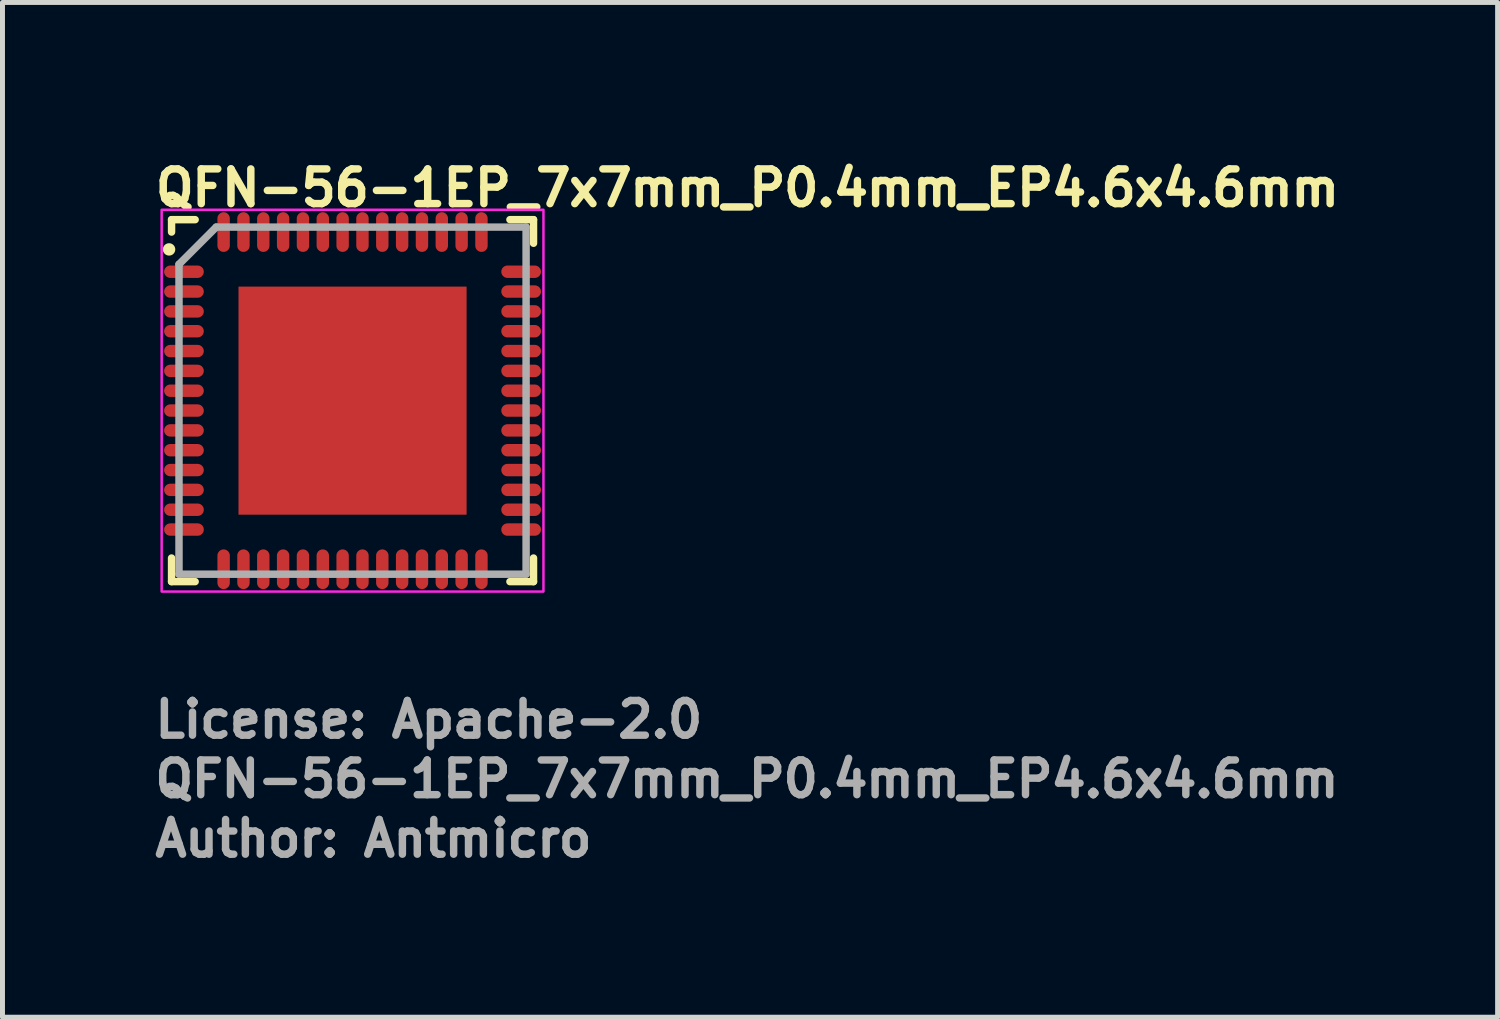
<source format=kicad_pcb>
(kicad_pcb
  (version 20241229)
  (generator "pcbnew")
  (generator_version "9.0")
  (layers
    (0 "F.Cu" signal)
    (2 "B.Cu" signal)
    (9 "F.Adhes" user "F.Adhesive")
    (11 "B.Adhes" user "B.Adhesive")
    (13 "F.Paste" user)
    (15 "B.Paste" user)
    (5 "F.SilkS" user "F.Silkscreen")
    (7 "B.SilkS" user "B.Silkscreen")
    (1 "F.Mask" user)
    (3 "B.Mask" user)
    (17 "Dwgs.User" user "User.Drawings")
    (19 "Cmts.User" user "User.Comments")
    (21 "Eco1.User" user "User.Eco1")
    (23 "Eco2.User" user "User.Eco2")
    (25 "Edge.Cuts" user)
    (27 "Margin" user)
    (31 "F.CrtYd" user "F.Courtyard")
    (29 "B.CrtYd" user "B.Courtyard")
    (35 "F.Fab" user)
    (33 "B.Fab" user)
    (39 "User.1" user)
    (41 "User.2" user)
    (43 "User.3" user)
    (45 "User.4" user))
  (footprint "QFN-56-1EP_7x7mm_P0.4mm_EP4.6x4.6mm"
    (layer "F.Cu")
    (at 4.06 5.03)
    (property "Reference" "QFN-56-1EP_7x7mm_P0.4mm_EP4.6x4.6mm" (at -4.05 -3.88 0) (layer "F.SilkS") (effects (font (size 0.7 0.7) (thickness 0.15)) (justify left bottom)))
    (attr smd)
    (fp_line (start -3.65 -3.4) (end -3.65 -3.65) (stroke (width 0.15) (type solid)) (layer "F.SilkS"))
    (fp_line (start -3.65 3.65) (end -3.65 3.174) (stroke (width 0.15) (type solid)) (layer "F.SilkS"))
    (fp_line (start -3.174 -3.65) (end -3.65 -3.65) (stroke (width 0.15) (type solid)) (layer "F.SilkS"))
    (fp_line (start -3.174 3.65) (end -3.65 3.65) (stroke (width 0.15) (type solid)) (layer "F.SilkS"))
    (fp_line (start 3.174 -3.65) (end 3.65 -3.65) (stroke (width 0.15) (type solid)) (layer "F.SilkS"))
    (fp_line (start 3.174 3.65) (end 3.65 3.65) (stroke (width 0.15) (type solid)) (layer "F.SilkS"))
    (fp_line (start 3.65 -3.65) (end 3.65 -3.174) (stroke (width 0.15) (type solid)) (layer "F.SilkS"))
    (fp_line (start 3.65 3.65) (end 3.65 3.174) (stroke (width 0.15) (type solid)) (layer "F.SilkS"))
    (fp_circle (center -3.7 -3.05) (end -3.65 -3.05) (stroke (width 0.15) (type solid)) (fill yes) (layer "F.SilkS"))
    (fp_rect (start 3.85 3.85) (end -3.85 -3.85) (stroke (width 0.05) (type solid)) (fill no) (layer "F.CrtYd"))
    (fp_line (start -3.5 -2.75) (end -3.5 3.5) (stroke (width 0.15) (type solid)) (layer "F.Fab"))
    (fp_line (start -3.5 3.5) (end 3.5 3.5) (stroke (width 0.15) (type solid)) (layer "F.Fab"))
    (fp_line (start -2.75 -3.5) (end -3.5 -2.75) (stroke (width 0.15) (type solid)) (layer "F.Fab"))
    (fp_line (start 3.5 -3.5) (end -2.75 -3.5) (stroke (width 0.15) (type solid)) (layer "F.Fab"))
    (fp_line (start 3.5 3.5) (end 3.5 -3.5) (stroke (width 0.15) (type solid)) (layer "F.Fab"))
    (fp_rect (start -3.5 -3.5) (end 3.5 3.5) (stroke (width 0.15) (type solid)) (fill no) (layer "User.5"))
    (fp_line (start -3.5 -2.7) (end -3.5 -2.5) (stroke (width 0.01) (type solid)) (layer "User.9"))
    (fp_line (start -3.5 -2.5) (end -3.49 -2.5) (stroke (width 0.01) (type solid)) (layer "User.9"))
    (fp_line (start -3.5 -2.3) (end -3.5 -2.1) (stroke (width 0.01) (type solid)) (layer "User.9"))
    (fp_line (start -3.5 -2.1) (end -3.49 -2.1) (stroke (width 0.01) (type solid)) (layer "User.9"))
    (fp_line (start -3.5 -1.9) (end -3.5 -1.7) (stroke (width 0.01) (type solid)) (layer "User.9"))
    (fp_line (start -3.5 -1.7) (end -3.49 -1.7) (stroke (width 0.01) (type solid)) (layer "User.9"))
    (fp_line (start -3.5 -1.5) (end -3.5 -1.3) (stroke (width 0.01) (type solid)) (layer "User.9"))
    (fp_line (start -3.5 -1.3) (end -3.49 -1.3) (stroke (width 0.01) (type solid)) (layer "User.9"))
    (fp_line (start -3.5 -1.1) (end -3.5 -0.9) (stroke (width 0.01) (type solid)) (layer "User.9"))
    (fp_line (start -3.5 -0.9) (end -3.49 -0.9) (stroke (width 0.01) (type solid)) (layer "User.9"))
    (fp_line (start -3.5 -0.7) (end -3.5 -0.5) (stroke (width 0.01) (type solid)) (layer "User.9"))
    (fp_line (start -3.5 -0.5) (end -3.49 -0.5) (stroke (width 0.01) (type solid)) (layer "User.9"))
    (fp_line (start -3.5 -0.3) (end -3.5 -0.1) (stroke (width 0.01) (type solid)) (layer "User.9"))
    (fp_line (start -3.5 -0.1) (end -3.49 -0.1) (stroke (width 0.01) (type solid)) (layer "User.9"))
    (fp_line (start -3.5 0.1) (end -3.5 0.3) (stroke (width 0.01) (type solid)) (layer "User.9"))
    (fp_line (start -3.5 0.3) (end -3.49 0.3) (stroke (width 0.01) (type solid)) (layer "User.9"))
    (fp_line (start -3.5 0.5) (end -3.5 0.7) (stroke (width 0.01) (type solid)) (layer "User.9"))
    (fp_line (start -3.5 0.7) (end -3.49 0.7) (stroke (width 0.01) (type solid)) (layer "User.9"))
    (fp_line (start -3.5 0.9) (end -3.5 1.1) (stroke (width 0.01) (type solid)) (layer "User.9"))
    (fp_line (start -3.5 1.1) (end -3.49 1.1) (stroke (width 0.01) (type solid)) (layer "User.9"))
    (fp_line (start -3.5 1.3) (end -3.5 1.5) (stroke (width 0.01) (type solid)) (layer "User.9"))
    (fp_line (start -3.5 1.5) (end -3.49 1.5) (stroke (width 0.01) (type solid)) (layer "User.9"))
    (fp_line (start -3.5 1.7) (end -3.5 1.9) (stroke (width 0.01) (type solid)) (layer "User.9"))
    (fp_line (start -3.5 1.9) (end -3.49 1.9) (stroke (width 0.01) (type solid)) (layer "User.9"))
    (fp_line (start -3.5 2.1) (end -3.5 2.3) (stroke (width 0.01) (type solid)) (layer "User.9"))
    (fp_line (start -3.5 2.3) (end -3.49 2.3) (stroke (width 0.01) (type solid)) (layer "User.9"))
    (fp_line (start -3.5 2.5) (end -3.5 2.7) (stroke (width 0.01) (type solid)) (layer "User.9"))
    (fp_line (start -3.5 2.7) (end -3.49 2.7) (stroke (width 0.01) (type solid)) (layer "User.9"))
    (fp_line (start -3.49 -2.7) (end -3.5 -2.7) (stroke (width 0.01) (type solid)) (layer "User.9"))
    (fp_line (start -3.49 -2.3) (end -3.5 -2.3) (stroke (width 0.01) (type solid)) (layer "User.9"))
    (fp_line (start -3.49 -1.9) (end -3.5 -1.9) (stroke (width 0.01) (type solid)) (layer "User.9"))
    (fp_line (start -3.49 -1.5) (end -3.5 -1.5) (stroke (width 0.01) (type solid)) (layer "User.9"))
    (fp_line (start -3.49 -1.1) (end -3.5 -1.1) (stroke (width 0.01) (type solid)) (layer "User.9"))
    (fp_line (start -3.49 -0.7) (end -3.5 -0.7) (stroke (width 0.01) (type solid)) (layer "User.9"))
    (fp_line (start -3.49 -0.3) (end -3.5 -0.3) (stroke (width 0.01) (type solid)) (layer "User.9"))
    (fp_line (start -3.49 0.1) (end -3.5 0.1) (stroke (width 0.01) (type solid)) (layer "User.9"))
    (fp_line (start -3.49 0.5) (end -3.5 0.5) (stroke (width 0.01) (type solid)) (layer "User.9"))
    (fp_line (start -3.49 0.9) (end -3.5 0.9) (stroke (width 0.01) (type solid)) (layer "User.9"))
    (fp_line (start -3.49 1.3) (end -3.5 1.3) (stroke (width 0.01) (type solid)) (layer "User.9"))
    (fp_line (start -3.49 1.7) (end -3.5 1.7) (stroke (width 0.01) (type solid)) (layer "User.9"))
    (fp_line (start -3.49 2.1) (end -3.5 2.1) (stroke (width 0.01) (type solid)) (layer "User.9"))
    (fp_line (start -3.49 2.5) (end -3.5 2.5) (stroke (width 0.01) (type solid)) (layer "User.9"))
    (fp_line (start -3.05 -2.8) (end -3.05 -2.787) (stroke (width 0.01) (type solid)) (layer "User.9"))
    (fp_line (start -3.05 -2.813) (end -3.05 -2.8) (stroke (width 0.01) (type solid)) (layer "User.9"))
    (fp_line (start -3.05 -2.787) (end -3.049 -2.774) (stroke (width 0.01) (type solid)) (layer "User.9"))
    (fp_line (start -3.049 -2.826) (end -3.05 -2.813) (stroke (width 0.01) (type solid)) (layer "User.9"))
    (fp_line (start -3.049 -2.774) (end -3.047 -2.762) (stroke (width 0.01) (type solid)) (layer "User.9"))
    (fp_line (start -3.047 -2.838) (end -3.049 -2.826) (stroke (width 0.01) (type solid)) (layer "User.9"))
    (fp_line (start -3.047 -2.762) (end -3.045 -2.75) (stroke (width 0.01) (type solid)) (layer "User.9"))
    (fp_line (start -3.045 -2.85) (end -3.047 -2.838) (stroke (width 0.01) (type solid)) (layer "User.9"))
    (fp_line (start -3.045 -2.75) (end -3.042 -2.738) (stroke (width 0.01) (type solid)) (layer "User.9"))
    (fp_line (start -3.042 -2.862) (end -3.045 -2.85) (stroke (width 0.01) (type solid)) (layer "User.9"))
    (fp_line (start -3.042 -2.738) (end -3.039 -2.726) (stroke (width 0.01) (type solid)) (layer "User.9"))
    (fp_line (start -3.039 -2.874) (end -3.042 -2.862) (stroke (width 0.01) (type solid)) (layer "User.9"))
    (fp_line (start -3.039 -2.726) (end -3.035 -2.714) (stroke (width 0.01) (type solid)) (layer "User.9"))
    (fp_line (start -3.035 -2.886) (end -3.039 -2.874) (stroke (width 0.01) (type solid)) (layer "User.9"))
    (fp_line (start -3.035 -2.714) (end -3.03 -2.703) (stroke (width 0.01) (type solid)) (layer "User.9"))
    (fp_line (start -3.03 -2.897) (end -3.035 -2.886) (stroke (width 0.01) (type solid)) (layer "User.9"))
    (fp_line (start -3.03 -2.703) (end -3.025 -2.692) (stroke (width 0.01) (type solid)) (layer "User.9"))
    (fp_line (start -3.025 -2.908) (end -3.03 -2.897) (stroke (width 0.01) (type solid)) (layer "User.9"))
    (fp_line (start -3.025 -2.692) (end -3.02 -2.681) (stroke (width 0.01) (type solid)) (layer "User.9"))
    (fp_line (start -3.02 -2.919) (end -3.025 -2.908) (stroke (width 0.01) (type solid)) (layer "User.9"))
    (fp_line (start -3.02 -2.681) (end -3.014 -2.67) (stroke (width 0.01) (type solid)) (layer "User.9"))
    (fp_line (start -3.014 -2.93) (end -3.02 -2.919) (stroke (width 0.01) (type solid)) (layer "User.9"))
    (fp_line (start -3.014 -2.67) (end -3.007 -2.66) (stroke (width 0.01) (type solid)) (layer "User.9"))
    (fp_line (start -3.007 -2.94) (end -3.014 -2.93) (stroke (width 0.01) (type solid)) (layer "User.9"))
    (fp_line (start -3.007 -2.66) (end -3 -2.65) (stroke (width 0.01) (type solid)) (layer "User.9"))
    (fp_line (start -3 -2.95) (end -3.007 -2.94) (stroke (width 0.01) (type solid)) (layer "User.9"))
    (fp_line (start -3 -2.65) (end -2.993 -2.641) (stroke (width 0.01) (type solid)) (layer "User.9"))
    (fp_line (start -2.993 -2.959) (end -3 -2.95) (stroke (width 0.01) (type solid)) (layer "User.9"))
    (fp_line (start -2.993 -2.641) (end -2.985 -2.632) (stroke (width 0.01) (type solid)) (layer "User.9"))
    (fp_line (start -2.985 -2.968) (end -2.993 -2.959) (stroke (width 0.01) (type solid)) (layer "User.9"))
    (fp_line (start -2.985 -2.632) (end -2.977 -2.623) (stroke (width 0.01) (type solid)) (layer "User.9"))
    (fp_line (start -2.977 -2.977) (end -2.985 -2.968) (stroke (width 0.01) (type solid)) (layer "User.9"))
    (fp_line (start -2.977 -2.623) (end -2.968 -2.615) (stroke (width 0.01) (type solid)) (layer "User.9"))
    (fp_line (start -2.968 -2.985) (end -2.977 -2.977) (stroke (width 0.01) (type solid)) (layer "User.9"))
    (fp_line (start -2.968 -2.615) (end -2.959 -2.607) (stroke (width 0.01) (type solid)) (layer "User.9"))
    (fp_line (start -2.959 -2.993) (end -2.968 -2.985) (stroke (width 0.01) (type solid)) (layer "User.9"))
    (fp_line (start -2.959 -2.607) (end -2.95 -2.6) (stroke (width 0.01) (type solid)) (layer "User.9"))
    (fp_line (start -2.95 -3) (end -2.959 -2.993) (stroke (width 0.01) (type solid)) (layer "User.9"))
    (fp_line (start -2.95 -2.6) (end -2.94 -2.593) (stroke (width 0.01) (type solid)) (layer "User.9"))
    (fp_line (start -2.94 -3.007) (end -2.95 -3) (stroke (width 0.01) (type solid)) (layer "User.9"))
    (fp_line (start -2.94 -2.593) (end -2.93 -2.586) (stroke (width 0.01) (type solid)) (layer "User.9"))
    (fp_line (start -2.93 -3.014) (end -2.94 -3.007) (stroke (width 0.01) (type solid)) (layer "User.9"))
    (fp_line (start -2.93 -2.586) (end -2.919 -2.58) (stroke (width 0.01) (type solid)) (layer "User.9"))
    (fp_line (start -2.919 -3.02) (end -2.93 -3.014) (stroke (width 0.01) (type solid)) (layer "User.9"))
    (fp_line (start -2.919 -2.58) (end -2.908 -2.575) (stroke (width 0.01) (type solid)) (layer "User.9"))
    (fp_line (start -2.908 -3.025) (end -2.919 -3.02) (stroke (width 0.01) (type solid)) (layer "User.9"))
    (fp_line (start -2.908 -2.575) (end -2.897 -2.57) (stroke (width 0.01) (type solid)) (layer "User.9"))
    (fp_line (start -2.897 -3.03) (end -2.908 -3.025) (stroke (width 0.01) (type solid)) (layer "User.9"))
    (fp_line (start -2.897 -2.57) (end -2.886 -2.565) (stroke (width 0.01) (type solid)) (layer "User.9"))
    (fp_line (start -2.886 -3.035) (end -2.897 -3.03) (stroke (width 0.01) (type solid)) (layer "User.9"))
    (fp_line (start -2.886 -2.565) (end -2.874 -2.561) (stroke (width 0.01) (type solid)) (layer "User.9"))
    (fp_line (start -2.874 -3.039) (end -2.886 -3.035) (stroke (width 0.01) (type solid)) (layer "User.9"))
    (fp_line (start -2.874 -2.561) (end -2.862 -2.558) (stroke (width 0.01) (type solid)) (layer "User.9"))
    (fp_line (start -2.862 -3.042) (end -2.874 -3.039) (stroke (width 0.01) (type solid)) (layer "User.9"))
    (fp_line (start -2.862 -2.558) (end -2.85 -2.555) (stroke (width 0.01) (type solid)) (layer "User.9"))
    (fp_line (start -2.85 -3.045) (end -2.862 -3.042) (stroke (width 0.01) (type solid)) (layer "User.9"))
    (fp_line (start -2.85 -2.555) (end -2.838 -2.553) (stroke (width 0.01) (type solid)) (layer "User.9"))
    (fp_line (start -2.838 -3.047) (end -2.85 -3.045) (stroke (width 0.01) (type solid)) (layer "User.9"))
    (fp_line (start -2.838 -2.553) (end -2.826 -2.551) (stroke (width 0.01) (type solid)) (layer "User.9"))
    (fp_line (start -2.826 -3.049) (end -2.838 -3.047) (stroke (width 0.01) (type solid)) (layer "User.9"))
    (fp_line (start -2.826 -2.551) (end -2.813 -2.55) (stroke (width 0.01) (type solid)) (layer "User.9"))
    (fp_line (start -2.813 -3.05) (end -2.826 -3.049) (stroke (width 0.01) (type solid)) (layer "User.9"))
    (fp_line (start -2.813 -2.55) (end -2.8 -2.55) (stroke (width 0.01) (type solid)) (layer "User.9"))
    (fp_line (start -2.8 -3.05) (end -2.813 -3.05) (stroke (width 0.01) (type solid)) (layer "User.9"))
    (fp_line (start -2.8 -2.55) (end -2.787 -2.55) (stroke (width 0.01) (type solid)) (layer "User.9"))
    (fp_line (start -2.787 -3.05) (end -2.8 -3.05) (stroke (width 0.01) (type solid)) (layer "User.9"))
    (fp_line (start -2.787 -2.55) (end -2.774 -2.551) (stroke (width 0.01) (type solid)) (layer "User.9"))
    (fp_line (start -2.774 -3.049) (end -2.787 -3.05) (stroke (width 0.01) (type solid)) (layer "User.9"))
    (fp_line (start -2.774 -2.551) (end -2.762 -2.553) (stroke (width 0.01) (type solid)) (layer "User.9"))
    (fp_line (start -2.762 -3.047) (end -2.774 -3.049) (stroke (width 0.01) (type solid)) (layer "User.9"))
    (fp_line (start -2.762 -2.553) (end -2.75 -2.555) (stroke (width 0.01) (type solid)) (layer "User.9"))
    (fp_line (start -2.75 -3.045) (end -2.762 -3.047) (stroke (width 0.01) (type solid)) (layer "User.9"))
    (fp_line (start -2.75 -2.555) (end -2.738 -2.558) (stroke (width 0.01) (type solid)) (layer "User.9"))
    (fp_line (start -2.738 -3.042) (end -2.75 -3.045) (stroke (width 0.01) (type solid)) (layer "User.9"))
    (fp_line (start -2.738 -2.558) (end -2.726 -2.561) (stroke (width 0.01) (type solid)) (layer "User.9"))
    (fp_line (start -2.726 -3.039) (end -2.738 -3.042) (stroke (width 0.01) (type solid)) (layer "User.9"))
    (fp_line (start -2.726 -2.561) (end -2.714 -2.565) (stroke (width 0.01) (type solid)) (layer "User.9"))
    (fp_line (start -2.714 -3.035) (end -2.726 -3.039) (stroke (width 0.01) (type solid)) (layer "User.9"))
    (fp_line (start -2.714 -2.565) (end -2.703 -2.57) (stroke (width 0.01) (type solid)) (layer "User.9"))
    (fp_line (start -2.703 -3.03) (end -2.714 -3.035) (stroke (width 0.01) (type solid)) (layer "User.9"))
    (fp_line (start -2.703 -2.57) (end -2.692 -2.575) (stroke (width 0.01) (type solid)) (layer "User.9"))
    (fp_line (start -2.7 -3.5) (end -2.7 -3.49) (stroke (width 0.01) (type solid)) (layer "User.9"))
    (fp_line (start -2.7 3.49) (end -2.7 3.5) (stroke (width 0.01) (type solid)) (layer "User.9"))
    (fp_line (start -2.7 3.5) (end -2.5 3.5) (stroke (width 0.01) (type solid)) (layer "User.9"))
    (fp_line (start -2.692 -3.025) (end -2.703 -3.03) (stroke (width 0.01) (type solid)) (layer "User.9"))
    (fp_line (start -2.692 -2.575) (end -2.681 -2.58) (stroke (width 0.01) (type solid)) (layer "User.9"))
    (fp_line (start -2.681 -3.02) (end -2.692 -3.025) (stroke (width 0.01) (type solid)) (layer "User.9"))
    (fp_line (start -2.681 -2.58) (end -2.67 -2.586) (stroke (width 0.01) (type solid)) (layer "User.9"))
    (fp_line (start -2.67 -3.014) (end -2.681 -3.02) (stroke (width 0.01) (type solid)) (layer "User.9"))
    (fp_line (start -2.67 -2.586) (end -2.66 -2.593) (stroke (width 0.01) (type solid)) (layer "User.9"))
    (fp_line (start -2.66 -3.007) (end -2.67 -3.014) (stroke (width 0.01) (type solid)) (layer "User.9"))
    (fp_line (start -2.66 -2.593) (end -2.65 -2.6) (stroke (width 0.01) (type solid)) (layer "User.9"))
    (fp_line (start -2.65 -3) (end -2.66 -3.007) (stroke (width 0.01) (type solid)) (layer "User.9"))
    (fp_line (start -2.65 -2.6) (end -2.641 -2.607) (stroke (width 0.01) (type solid)) (layer "User.9"))
    (fp_line (start -2.641 -2.993) (end -2.65 -3) (stroke (width 0.01) (type solid)) (layer "User.9"))
    (fp_line (start -2.641 -2.607) (end -2.632 -2.615) (stroke (width 0.01) (type solid)) (layer "User.9"))
    (fp_line (start -2.632 -2.985) (end -2.641 -2.993) (stroke (width 0.01) (type solid)) (layer "User.9"))
    (fp_line (start -2.632 -2.615) (end -2.623 -2.623) (stroke (width 0.01) (type solid)) (layer "User.9"))
    (fp_line (start -2.623 -2.977) (end -2.632 -2.985) (stroke (width 0.01) (type solid)) (layer "User.9"))
    (fp_line (start -2.623 -2.623) (end -2.615 -2.632) (stroke (width 0.01) (type solid)) (layer "User.9"))
    (fp_line (start -2.615 -2.968) (end -2.623 -2.977) (stroke (width 0.01) (type solid)) (layer "User.9"))
    (fp_line (start -2.615 -2.632) (end -2.607 -2.641) (stroke (width 0.01) (type solid)) (layer "User.9"))
    (fp_line (start -2.607 -2.959) (end -2.615 -2.968) (stroke (width 0.01) (type solid)) (layer "User.9"))
    (fp_line (start -2.607 -2.641) (end -2.6 -2.65) (stroke (width 0.01) (type solid)) (layer "User.9"))
    (fp_line (start -2.6 -2.95) (end -2.607 -2.959) (stroke (width 0.01) (type solid)) (layer "User.9"))
    (fp_line (start -2.6 -2.65) (end -2.593 -2.66) (stroke (width 0.01) (type solid)) (layer "User.9"))
    (fp_line (start -2.593 -2.94) (end -2.6 -2.95) (stroke (width 0.01) (type solid)) (layer "User.9"))
    (fp_line (start -2.593 -2.66) (end -2.586 -2.67) (stroke (width 0.01) (type solid)) (layer "User.9"))
    (fp_line (start -2.586 -2.93) (end -2.593 -2.94) (stroke (width 0.01) (type solid)) (layer "User.9"))
    (fp_line (start -2.586 -2.67) (end -2.58 -2.681) (stroke (width 0.01) (type solid)) (layer "User.9"))
    (fp_line (start -2.58 -2.919) (end -2.586 -2.93) (stroke (width 0.01) (type solid)) (layer "User.9"))
    (fp_line (start -2.58 -2.681) (end -2.575 -2.692) (stroke (width 0.01) (type solid)) (layer "User.9"))
    (fp_line (start -2.575 -2.908) (end -2.58 -2.919) (stroke (width 0.01) (type solid)) (layer "User.9"))
    (fp_line (start -2.575 -2.692) (end -2.57 -2.703) (stroke (width 0.01) (type solid)) (layer "User.9"))
    (fp_line (start -2.57 -2.897) (end -2.575 -2.908) (stroke (width 0.01) (type solid)) (layer "User.9"))
    (fp_line (start -2.57 -2.703) (end -2.565 -2.714) (stroke (width 0.01) (type solid)) (layer "User.9"))
    (fp_line (start -2.565 -2.886) (end -2.57 -2.897) (stroke (width 0.01) (type solid)) (layer "User.9"))
    (fp_line (start -2.565 -2.714) (end -2.561 -2.726) (stroke (width 0.01) (type solid)) (layer "User.9"))
    (fp_line (start -2.561 -2.874) (end -2.565 -2.886) (stroke (width 0.01) (type solid)) (layer "User.9"))
    (fp_line (start -2.561 -2.726) (end -2.558 -2.738) (stroke (width 0.01) (type solid)) (layer "User.9"))
    (fp_line (start -2.558 -2.862) (end -2.561 -2.874) (stroke (width 0.01) (type solid)) (layer "User.9"))
    (fp_line (start -2.558 -2.738) (end -2.555 -2.75) (stroke (width 0.01) (type solid)) (layer "User.9"))
    (fp_line (start -2.555 -2.85) (end -2.558 -2.862) (stroke (width 0.01) (type solid)) (layer "User.9"))
    (fp_line (start -2.555 -2.75) (end -2.553 -2.762) (stroke (width 0.01) (type solid)) (layer "User.9"))
    (fp_line (start -2.553 -2.838) (end -2.555 -2.85) (stroke (width 0.01) (type solid)) (layer "User.9"))
    (fp_line (start -2.553 -2.762) (end -2.551 -2.774) (stroke (width 0.01) (type solid)) (layer "User.9"))
    (fp_line (start -2.551 -2.826) (end -2.553 -2.838) (stroke (width 0.01) (type solid)) (layer "User.9"))
    (fp_line (start -2.551 -2.774) (end -2.55 -2.787) (stroke (width 0.01) (type solid)) (layer "User.9"))
    (fp_line (start -2.55 -2.813) (end -2.551 -2.826) (stroke (width 0.01) (type solid)) (layer "User.9"))
    (fp_line (start -2.55 -2.787) (end -2.55 -2.8) (stroke (width 0.01) (type solid)) (layer "User.9"))
    (fp_line (start -2.55 -2.8) (end -2.55 -2.813) (stroke (width 0.01) (type solid)) (layer "User.9"))
    (fp_line (start -2.5 -3.5) (end -2.7 -3.5) (stroke (width 0.01) (type solid)) (layer "User.9"))
    (fp_line (start -2.5 -3.49) (end -2.5 -3.5) (stroke (width 0.01) (type solid)) (layer "User.9"))
    (fp_line (start -2.5 3.5) (end -2.5 3.49) (stroke (width 0.01) (type solid)) (layer "User.9"))
    (fp_line (start -2.3 -3.5) (end -2.3 -3.49) (stroke (width 0.01) (type solid)) (layer "User.9"))
    (fp_line (start -2.3 3.49) (end -2.3 3.5) (stroke (width 0.01) (type solid)) (layer "User.9"))
    (fp_line (start -2.3 3.5) (end -2.1 3.5) (stroke (width 0.01) (type solid)) (layer "User.9"))
    (fp_line (start -2.1 -3.5) (end -2.3 -3.5) (stroke (width 0.01) (type solid)) (layer "User.9"))
    (fp_line (start -2.1 -3.49) (end -2.1 -3.5) (stroke (width 0.01) (type solid)) (layer "User.9"))
    (fp_line (start -2.1 3.5) (end -2.1 3.49) (stroke (width 0.01) (type solid)) (layer "User.9"))
    (fp_line (start -1.9 -3.5) (end -1.9 -3.49) (stroke (width 0.01) (type solid)) (layer "User.9"))
    (fp_line (start -1.9 3.49) (end -1.9 3.5) (stroke (width 0.01) (type solid)) (layer "User.9"))
    (fp_line (start -1.9 3.5) (end -1.7 3.5) (stroke (width 0.01) (type solid)) (layer "User.9"))
    (fp_line (start -1.7 -3.5) (end -1.9 -3.5) (stroke (width 0.01) (type solid)) (layer "User.9"))
    (fp_line (start -1.7 -3.49) (end -1.7 -3.5) (stroke (width 0.01) (type solid)) (layer "User.9"))
    (fp_line (start -1.7 3.5) (end -1.7 3.49) (stroke (width 0.01) (type solid)) (layer "User.9"))
    (fp_line (start -1.5 -3.5) (end -1.5 -3.49) (stroke (width 0.01) (type solid)) (layer "User.9"))
    (fp_line (start -1.5 3.49) (end -1.5 3.5) (stroke (width 0.01) (type solid)) (layer "User.9"))
    (fp_line (start -1.5 3.5) (end -1.3 3.5) (stroke (width 0.01) (type solid)) (layer "User.9"))
    (fp_line (start -1.3 -3.5) (end -1.5 -3.5) (stroke (width 0.01) (type solid)) (layer "User.9"))
    (fp_line (start -1.3 -3.49) (end -1.3 -3.5) (stroke (width 0.01) (type solid)) (layer "User.9"))
    (fp_line (start -1.3 3.5) (end -1.3 3.49) (stroke (width 0.01) (type solid)) (layer "User.9"))
    (fp_line (start -1.1 -3.5) (end -1.1 -3.49) (stroke (width 0.01) (type solid)) (layer "User.9"))
    (fp_line (start -1.1 3.49) (end -1.1 3.5) (stroke (width 0.01) (type solid)) (layer "User.9"))
    (fp_line (start -1.1 3.5) (end -0.9 3.5) (stroke (width 0.01) (type solid)) (layer "User.9"))
    (fp_line (start -0.9 -3.5) (end -1.1 -3.5) (stroke (width 0.01) (type solid)) (layer "User.9"))
    (fp_line (start -0.9 -3.49) (end -0.9 -3.5) (stroke (width 0.01) (type solid)) (layer "User.9"))
    (fp_line (start -0.9 3.5) (end -0.9 3.49) (stroke (width 0.01) (type solid)) (layer "User.9"))
    (fp_line (start -0.7 -3.5) (end -0.7 -3.49) (stroke (width 0.01) (type solid)) (layer "User.9"))
    (fp_line (start -0.7 3.49) (end -0.7 3.5) (stroke (width 0.01) (type solid)) (layer "User.9"))
    (fp_line (start -0.7 3.5) (end -0.5 3.5) (stroke (width 0.01) (type solid)) (layer "User.9"))
    (fp_line (start -0.5 -3.5) (end -0.7 -3.5) (stroke (width 0.01) (type solid)) (layer "User.9"))
    (fp_line (start -0.5 -3.49) (end -0.5 -3.5) (stroke (width 0.01) (type solid)) (layer "User.9"))
    (fp_line (start -0.5 3.5) (end -0.5 3.49) (stroke (width 0.01) (type solid)) (layer "User.9"))
    (fp_line (start -0.3 -3.5) (end -0.3 -3.49) (stroke (width 0.01) (type solid)) (layer "User.9"))
    (fp_line (start -0.3 3.49) (end -0.3 3.5) (stroke (width 0.01) (type solid)) (layer "User.9"))
    (fp_line (start -0.3 3.5) (end -0.1 3.5) (stroke (width 0.01) (type solid)) (layer "User.9"))
    (fp_line (start -0.1 -3.5) (end -0.3 -3.5) (stroke (width 0.01) (type solid)) (layer "User.9"))
    (fp_line (start -0.1 -3.49) (end -0.1 -3.5) (stroke (width 0.01) (type solid)) (layer "User.9"))
    (fp_line (start -0.1 3.5) (end -0.1 3.49) (stroke (width 0.01) (type solid)) (layer "User.9"))
    (fp_line (start 0.1 -3.5) (end 0.1 -3.49) (stroke (width 0.01) (type solid)) (layer "User.9"))
    (fp_line (start 0.1 3.49) (end 0.1 3.5) (stroke (width 0.01) (type solid)) (layer "User.9"))
    (fp_line (start 0.1 3.5) (end 0.3 3.5) (stroke (width 0.01) (type solid)) (layer "User.9"))
    (fp_line (start 0.3 -3.5) (end 0.1 -3.5) (stroke (width 0.01) (type solid)) (layer "User.9"))
    (fp_line (start 0.3 -3.49) (end 0.3 -3.5) (stroke (width 0.01) (type solid)) (layer "User.9"))
    (fp_line (start 0.3 3.5) (end 0.3 3.49) (stroke (width 0.01) (type solid)) (layer "User.9"))
    (fp_line (start 0.5 -3.5) (end 0.5 -3.49) (stroke (width 0.01) (type solid)) (layer "User.9"))
    (fp_line (start 0.5 3.49) (end 0.5 3.5) (stroke (width 0.01) (type solid)) (layer "User.9"))
    (fp_line (start 0.5 3.5) (end 0.7 3.5) (stroke (width 0.01) (type solid)) (layer "User.9"))
    (fp_line (start 0.7 -3.5) (end 0.5 -3.5) (stroke (width 0.01) (type solid)) (layer "User.9"))
    (fp_line (start 0.7 -3.49) (end 0.7 -3.5) (stroke (width 0.01) (type solid)) (layer "User.9"))
    (fp_line (start 0.7 3.5) (end 0.7 3.49) (stroke (width 0.01) (type solid)) (layer "User.9"))
    (fp_line (start 0.9 -3.5) (end 0.9 -3.49) (stroke (width 0.01) (type solid)) (layer "User.9"))
    (fp_line (start 0.9 3.49) (end 0.9 3.5) (stroke (width 0.01) (type solid)) (layer "User.9"))
    (fp_line (start 0.9 3.5) (end 1.1 3.5) (stroke (width 0.01) (type solid)) (layer "User.9"))
    (fp_line (start 1.1 -3.5) (end 0.9 -3.5) (stroke (width 0.01) (type solid)) (layer "User.9"))
    (fp_line (start 1.1 -3.49) (end 1.1 -3.5) (stroke (width 0.01) (type solid)) (layer "User.9"))
    (fp_line (start 1.1 3.5) (end 1.1 3.49) (stroke (width 0.01) (type solid)) (layer "User.9"))
    (fp_line (start 1.3 -3.5) (end 1.3 -3.49) (stroke (width 0.01) (type solid)) (layer "User.9"))
    (fp_line (start 1.3 3.49) (end 1.3 3.5) (stroke (width 0.01) (type solid)) (layer "User.9"))
    (fp_line (start 1.3 3.5) (end 1.5 3.5) (stroke (width 0.01) (type solid)) (layer "User.9"))
    (fp_line (start 1.5 -3.5) (end 1.3 -3.5) (stroke (width 0.01) (type solid)) (layer "User.9"))
    (fp_line (start 1.5 -3.49) (end 1.5 -3.5) (stroke (width 0.01) (type solid)) (layer "User.9"))
    (fp_line (start 1.5 3.5) (end 1.5 3.49) (stroke (width 0.01) (type solid)) (layer "User.9"))
    (fp_line (start 1.7 -3.5) (end 1.7 -3.49) (stroke (width 0.01) (type solid)) (layer "User.9"))
    (fp_line (start 1.7 3.49) (end 1.7 3.5) (stroke (width 0.01) (type solid)) (layer "User.9"))
    (fp_line (start 1.7 3.5) (end 1.9 3.5) (stroke (width 0.01) (type solid)) (layer "User.9"))
    (fp_line (start 1.9 -3.5) (end 1.7 -3.5) (stroke (width 0.01) (type solid)) (layer "User.9"))
    (fp_line (start 1.9 -3.49) (end 1.9 -3.5) (stroke (width 0.01) (type solid)) (layer "User.9"))
    (fp_line (start 1.9 3.5) (end 1.9 3.49) (stroke (width 0.01) (type solid)) (layer "User.9"))
    (fp_line (start 2.1 -3.5) (end 2.1 -3.49) (stroke (width 0.01) (type solid)) (layer "User.9"))
    (fp_line (start 2.1 3.49) (end 2.1 3.5) (stroke (width 0.01) (type solid)) (layer "User.9"))
    (fp_line (start 2.1 3.5) (end 2.3 3.5) (stroke (width 0.01) (type solid)) (layer "User.9"))
    (fp_line (start 2.3 -3.5) (end 2.1 -3.5) (stroke (width 0.01) (type solid)) (layer "User.9"))
    (fp_line (start 2.3 -3.49) (end 2.3 -3.5) (stroke (width 0.01) (type solid)) (layer "User.9"))
    (fp_line (start 2.3 3.5) (end 2.3 3.49) (stroke (width 0.01) (type solid)) (layer "User.9"))
    (fp_line (start 2.5 -3.5) (end 2.5 -3.49) (stroke (width 0.01) (type solid)) (layer "User.9"))
    (fp_line (start 2.5 3.49) (end 2.5 3.5) (stroke (width 0.01) (type solid)) (layer "User.9"))
    (fp_line (start 2.5 3.5) (end 2.7 3.5) (stroke (width 0.01) (type solid)) (layer "User.9"))
    (fp_line (start 2.7 -3.5) (end 2.5 -3.5) (stroke (width 0.01) (type solid)) (layer "User.9"))
    (fp_line (start 2.7 -3.49) (end 2.7 -3.5) (stroke (width 0.01) (type solid)) (layer "User.9"))
    (fp_line (start 2.7 3.5) (end 2.7 3.49) (stroke (width 0.01) (type solid)) (layer "User.9"))
    (fp_line (start 3.49 -2.5) (end 3.5 -2.5) (stroke (width 0.01) (type solid)) (layer "User.9"))
    (fp_line (start 3.49 -2.1) (end 3.5 -2.1) (stroke (width 0.01) (type solid)) (layer "User.9"))
    (fp_line (start 3.49 -1.7) (end 3.5 -1.7) (stroke (width 0.01) (type solid)) (layer "User.9"))
    (fp_line (start 3.49 -1.3) (end 3.5 -1.3) (stroke (width 0.01) (type solid)) (layer "User.9"))
    (fp_line (start 3.49 -0.9) (end 3.5 -0.9) (stroke (width 0.01) (type solid)) (layer "User.9"))
    (fp_line (start 3.49 -0.5) (end 3.5 -0.5) (stroke (width 0.01) (type solid)) (layer "User.9"))
    (fp_line (start 3.49 -0.1) (end 3.5 -0.1) (stroke (width 0.01) (type solid)) (layer "User.9"))
    (fp_line (start 3.49 0.3) (end 3.5 0.3) (stroke (width 0.01) (type solid)) (layer "User.9"))
    (fp_line (start 3.49 0.7) (end 3.5 0.7) (stroke (width 0.01) (type solid)) (layer "User.9"))
    (fp_line (start 3.49 1.1) (end 3.5 1.1) (stroke (width 0.01) (type solid)) (layer "User.9"))
    (fp_line (start 3.49 1.5) (end 3.5 1.5) (stroke (width 0.01) (type solid)) (layer "User.9"))
    (fp_line (start 3.49 1.9) (end 3.5 1.9) (stroke (width 0.01) (type solid)) (layer "User.9"))
    (fp_line (start 3.49 2.3) (end 3.5 2.3) (stroke (width 0.01) (type solid)) (layer "User.9"))
    (fp_line (start 3.49 2.7) (end 3.5 2.7) (stroke (width 0.01) (type solid)) (layer "User.9"))
    (fp_line (start 3.5 -2.7) (end 3.49 -2.7) (stroke (width 0.01) (type solid)) (layer "User.9"))
    (fp_line (start 3.5 -2.5) (end 3.5 -2.7) (stroke (width 0.01) (type solid)) (layer "User.9"))
    (fp_line (start 3.5 -2.3) (end 3.49 -2.3) (stroke (width 0.01) (type solid)) (layer "User.9"))
    (fp_line (start 3.5 -2.1) (end 3.5 -2.3) (stroke (width 0.01) (type solid)) (layer "User.9"))
    (fp_line (start 3.5 -1.9) (end 3.49 -1.9) (stroke (width 0.01) (type solid)) (layer "User.9"))
    (fp_line (start 3.5 -1.7) (end 3.5 -1.9) (stroke (width 0.01) (type solid)) (layer "User.9"))
    (fp_line (start 3.5 -1.5) (end 3.49 -1.5) (stroke (width 0.01) (type solid)) (layer "User.9"))
    (fp_line (start 3.5 -1.3) (end 3.5 -1.5) (stroke (width 0.01) (type solid)) (layer "User.9"))
    (fp_line (start 3.5 -1.1) (end 3.49 -1.1) (stroke (width 0.01) (type solid)) (layer "User.9"))
    (fp_line (start 3.5 -0.9) (end 3.5 -1.1) (stroke (width 0.01) (type solid)) (layer "User.9"))
    (fp_line (start 3.5 -0.7) (end 3.49 -0.7) (stroke (width 0.01) (type solid)) (layer "User.9"))
    (fp_line (start 3.5 -0.5) (end 3.5 -0.7) (stroke (width 0.01) (type solid)) (layer "User.9"))
    (fp_line (start 3.5 -0.3) (end 3.49 -0.3) (stroke (width 0.01) (type solid)) (layer "User.9"))
    (fp_line (start 3.5 -0.1) (end 3.5 -0.3) (stroke (width 0.01) (type solid)) (layer "User.9"))
    (fp_line (start 3.5 0.1) (end 3.49 0.1) (stroke (width 0.01) (type solid)) (layer "User.9"))
    (fp_line (start 3.5 0.3) (end 3.5 0.1) (stroke (width 0.01) (type solid)) (layer "User.9"))
    (fp_line (start 3.5 0.5) (end 3.49 0.5) (stroke (width 0.01) (type solid)) (layer "User.9"))
    (fp_line (start 3.5 0.7) (end 3.5 0.5) (stroke (width 0.01) (type solid)) (layer "User.9"))
    (fp_line (start 3.5 0.9) (end 3.49 0.9) (stroke (width 0.01) (type solid)) (layer "User.9"))
    (fp_line (start 3.5 1.1) (end 3.5 0.9) (stroke (width 0.01) (type solid)) (layer "User.9"))
    (fp_line (start 3.5 1.3) (end 3.49 1.3) (stroke (width 0.01) (type solid)) (layer "User.9"))
    (fp_line (start 3.5 1.5) (end 3.5 1.3) (stroke (width 0.01) (type solid)) (layer "User.9"))
    (fp_line (start 3.5 1.7) (end 3.49 1.7) (stroke (width 0.01) (type solid)) (layer "User.9"))
    (fp_line (start 3.5 1.9) (end 3.5 1.7) (stroke (width 0.01) (type solid)) (layer "User.9"))
    (fp_line (start 3.5 2.1) (end 3.49 2.1) (stroke (width 0.01) (type solid)) (layer "User.9"))
    (fp_line (start 3.5 2.3) (end 3.5 2.1) (stroke (width 0.01) (type solid)) (layer "User.9"))
    (fp_line (start 3.5 2.5) (end 3.49 2.5) (stroke (width 0.01) (type solid)) (layer "User.9"))
    (fp_line (start 3.5 2.7) (end 3.5 2.5) (stroke (width 0.01) (type solid)) (layer "User.9"))
    (fp_rect (start -3.49 -3.49) (end 3.49 3.49) (stroke (width 0.01) (type solid)) (fill no) (layer "User.9"))
    (fp_text user "License: Apache-2.0" (at -4.06 6.84 0) (layer "F.Fab") (effects (font (size 0.7 0.7) (thickness 0.15)) (justify left bottom)))
    (fp_text user "Author: Antmicro" (at -4.06 9.24 0) (layer "F.Fab") (effects (font (size 0.7 0.7) (thickness 0.15)) (justify left bottom)))
    (fp_text user "${REFERENCE}" (at -4.06 8.04 0) (layer "F.Fab") (effects (font (size 0.7 0.7) (thickness 0.15)) (justify left bottom)))
    (pad "" smd roundrect (at -1.525 -1.525) (size 1.3 1.3) (layers "F.Paste") (roundrect_rratio 0.221))
    (pad "" smd roundrect (at -1.525 0) (size 1.3 1.3) (layers "F.Paste") (roundrect_rratio 0.221))
    (pad "" smd roundrect (at -1.525 1.525) (size 1.3 1.3) (layers "F.Paste") (roundrect_rratio 0.221))
    (pad "" smd roundrect (at 0 -1.525) (size 1.3 1.3) (layers "F.Paste") (roundrect_rratio 0.221))
    (pad "" smd roundrect (at 0 0) (size 1.3 1.3) (layers "F.Paste") (roundrect_rratio 0.221))
    (pad "" smd roundrect (at 0 1.525) (size 1.3 1.3) (layers "F.Paste") (roundrect_rratio 0.221))
    (pad "" smd roundrect (at 1.525 -1.525) (size 1.3 1.3) (layers "F.Paste") (roundrect_rratio 0.221))
    (pad "" smd roundrect (at 1.525 0) (size 1.3 1.3) (layers "F.Paste") (roundrect_rratio 0.221))
    (pad "" smd roundrect (at 1.525 1.525) (size 1.3 1.3) (layers "F.Paste") (roundrect_rratio 0.221))
    (pad "1" smd oval (at -3.4 -2.6) (size 0.8 0.25) (layers "F.Cu" "F.Mask" "F.Paste"))
    (pad "2" smd oval (at -3.4 -2.2) (size 0.8 0.25) (layers "F.Cu" "F.Mask" "F.Paste"))
    (pad "3" smd oval (at -3.4 -1.8) (size 0.8 0.25) (layers "F.Cu" "F.Mask" "F.Paste"))
    (pad "4" smd oval (at -3.4 -1.4) (size 0.8 0.25) (layers "F.Cu" "F.Mask" "F.Paste"))
    (pad "5" smd oval (at -3.4 -1) (size 0.8 0.25) (layers "F.Cu" "F.Mask" "F.Paste"))
    (pad "6" smd oval (at -3.4 -0.6) (size 0.8 0.25) (layers "F.Cu" "F.Mask" "F.Paste"))
    (pad "7" smd oval (at -3.4 -0.2) (size 0.8 0.25) (layers "F.Cu" "F.Mask" "F.Paste"))
    (pad "8" smd oval (at -3.4 0.2) (size 0.8 0.25) (layers "F.Cu" "F.Mask" "F.Paste"))
    (pad "9" smd oval (at -3.4 0.6) (size 0.8 0.25) (layers "F.Cu" "F.Mask" "F.Paste"))
    (pad "10" smd oval (at -3.4 1) (size 0.8 0.25) (layers "F.Cu" "F.Mask" "F.Paste"))
    (pad "11" smd oval (at -3.4 1.4) (size 0.8 0.25) (layers "F.Cu" "F.Mask" "F.Paste"))
    (pad "12" smd oval (at -3.4 1.8) (size 0.8 0.25) (layers "F.Cu" "F.Mask" "F.Paste"))
    (pad "13" smd oval (at -3.4 2.2) (size 0.8 0.25) (layers "F.Cu" "F.Mask" "F.Paste"))
    (pad "14" smd oval (at -3.4 2.6) (size 0.8 0.25) (layers "F.Cu" "F.Mask" "F.Paste"))
    (pad "15" smd oval (at -2.6 3.4 90) (size 0.8 0.25) (layers "F.Cu" "F.Mask" "F.Paste"))
    (pad "16" smd oval (at -2.2 3.4 90) (size 0.8 0.25) (layers "F.Cu" "F.Mask" "F.Paste"))
    (pad "17" smd oval (at -1.8 3.4 90) (size 0.8 0.25) (layers "F.Cu" "F.Mask" "F.Paste"))
    (pad "18" smd oval (at -1.4 3.4 90) (size 0.8 0.25) (layers "F.Cu" "F.Mask" "F.Paste"))
    (pad "19" smd oval (at -1 3.4 90) (size 0.8 0.25) (layers "F.Cu" "F.Mask" "F.Paste"))
    (pad "20" smd oval (at -0.6 3.4 90) (size 0.8 0.25) (layers "F.Cu" "F.Mask" "F.Paste"))
    (pad "21" smd oval (at -0.2 3.4 90) (size 0.8 0.25) (layers "F.Cu" "F.Mask" "F.Paste"))
    (pad "22" smd oval (at 0.2 3.4 90) (size 0.8 0.25) (layers "F.Cu" "F.Mask" "F.Paste"))
    (pad "23" smd oval (at 0.6 3.4 90) (size 0.8 0.25) (layers "F.Cu" "F.Mask" "F.Paste"))
    (pad "24" smd oval (at 1 3.4 90) (size 0.8 0.25) (layers "F.Cu" "F.Mask" "F.Paste"))
    (pad "25" smd oval (at 1.4 3.4 90) (size 0.8 0.25) (layers "F.Cu" "F.Mask" "F.Paste"))
    (pad "26" smd oval (at 1.8 3.4 90) (size 0.8 0.25) (layers "F.Cu" "F.Mask" "F.Paste"))
    (pad "27" smd oval (at 2.2 3.4 90) (size 0.8 0.25) (layers "F.Cu" "F.Mask" "F.Paste"))
    (pad "28" smd oval (at 2.6 3.4 90) (size 0.8 0.25) (layers "F.Cu" "F.Mask" "F.Paste"))
    (pad "29" smd oval (at 3.4 2.6) (size 0.8 0.25) (layers "F.Cu" "F.Mask" "F.Paste"))
    (pad "30" smd oval (at 3.4 2.2) (size 0.8 0.25) (layers "F.Cu" "F.Mask" "F.Paste"))
    (pad "31" smd oval (at 3.4 1.8) (size 0.8 0.25) (layers "F.Cu" "F.Mask" "F.Paste"))
    (pad "32" smd oval (at 3.4 1.4) (size 0.8 0.25) (layers "F.Cu" "F.Mask" "F.Paste"))
    (pad "33" smd oval (at 3.4 1) (size 0.8 0.25) (layers "F.Cu" "F.Mask" "F.Paste"))
    (pad "34" smd oval (at 3.4 0.6) (size 0.8 0.25) (layers "F.Cu" "F.Mask" "F.Paste"))
    (pad "35" smd oval (at 3.4 0.2) (size 0.8 0.25) (layers "F.Cu" "F.Mask" "F.Paste"))
    (pad "36" smd oval (at 3.4 -0.2) (size 0.8 0.25) (layers "F.Cu" "F.Mask" "F.Paste"))
    (pad "37" smd oval (at 3.4 -0.6) (size 0.8 0.25) (layers "F.Cu" "F.Mask" "F.Paste"))
    (pad "38" smd oval (at 3.4 -1) (size 0.8 0.25) (layers "F.Cu" "F.Mask" "F.Paste"))
    (pad "39" smd oval (at 3.4 -1.4) (size 0.8 0.25) (layers "F.Cu" "F.Mask" "F.Paste"))
    (pad "40" smd oval (at 3.4 -1.8) (size 0.8 0.25) (layers "F.Cu" "F.Mask" "F.Paste"))
    (pad "41" smd oval (at 3.4 -2.2) (size 0.8 0.25) (layers "F.Cu" "F.Mask" "F.Paste"))
    (pad "42" smd oval (at 3.4 -2.6) (size 0.8 0.25) (layers "F.Cu" "F.Mask" "F.Paste"))
    (pad "43" smd oval (at 2.6 -3.4 90) (size 0.8 0.25) (layers "F.Cu" "F.Mask" "F.Paste"))
    (pad "44" smd oval (at 2.2 -3.4 90) (size 0.8 0.25) (layers "F.Cu" "F.Mask" "F.Paste"))
    (pad "45" smd oval (at 1.8 -3.4 90) (size 0.8 0.25) (layers "F.Cu" "F.Mask" "F.Paste"))
    (pad "46" smd oval (at 1.4 -3.4 90) (size 0.8 0.25) (layers "F.Cu" "F.Mask" "F.Paste"))
    (pad "47" smd oval (at 1 -3.4 90) (size 0.8 0.25) (layers "F.Cu" "F.Mask" "F.Paste"))
    (pad "48" smd oval (at 0.6 -3.4 90) (size 0.8 0.25) (layers "F.Cu" "F.Mask" "F.Paste"))
    (pad "49" smd oval (at 0.2 -3.4 90) (size 0.8 0.25) (layers "F.Cu" "F.Mask" "F.Paste"))
    (pad "50" smd oval (at -0.2 -3.4 90) (size 0.8 0.25) (layers "F.Cu" "F.Mask" "F.Paste"))
    (pad "51" smd oval (at -0.6 -3.4 90) (size 0.8 0.25) (layers "F.Cu" "F.Mask" "F.Paste"))
    (pad "52" smd oval (at -1 -3.4 90) (size 0.8 0.25) (layers "F.Cu" "F.Mask" "F.Paste"))
    (pad "53" smd oval (at -1.4 -3.4 90) (size 0.8 0.25) (layers "F.Cu" "F.Mask" "F.Paste"))
    (pad "54" smd oval (at -1.8 -3.4 90) (size 0.8 0.25) (layers "F.Cu" "F.Mask" "F.Paste"))
    (pad "55" smd oval (at -2.2 -3.4 90) (size 0.8 0.25) (layers "F.Cu" "F.Mask" "F.Paste"))
    (pad "56" smd oval (at -2.6 -3.4 90) (size 0.8 0.25) (layers "F.Cu" "F.Mask" "F.Paste"))
    (pad "57" smd rect (at 0 0) (size 4.6 4.6) (layers "F.Cu" "F.Mask")))
  (gr_rect
    (start -3 -3)
    (end 27.153 17.465)
    (stroke (width 0.1) (type default))
    (fill no)
    (layer "Edge.Cuts")))
</source>
